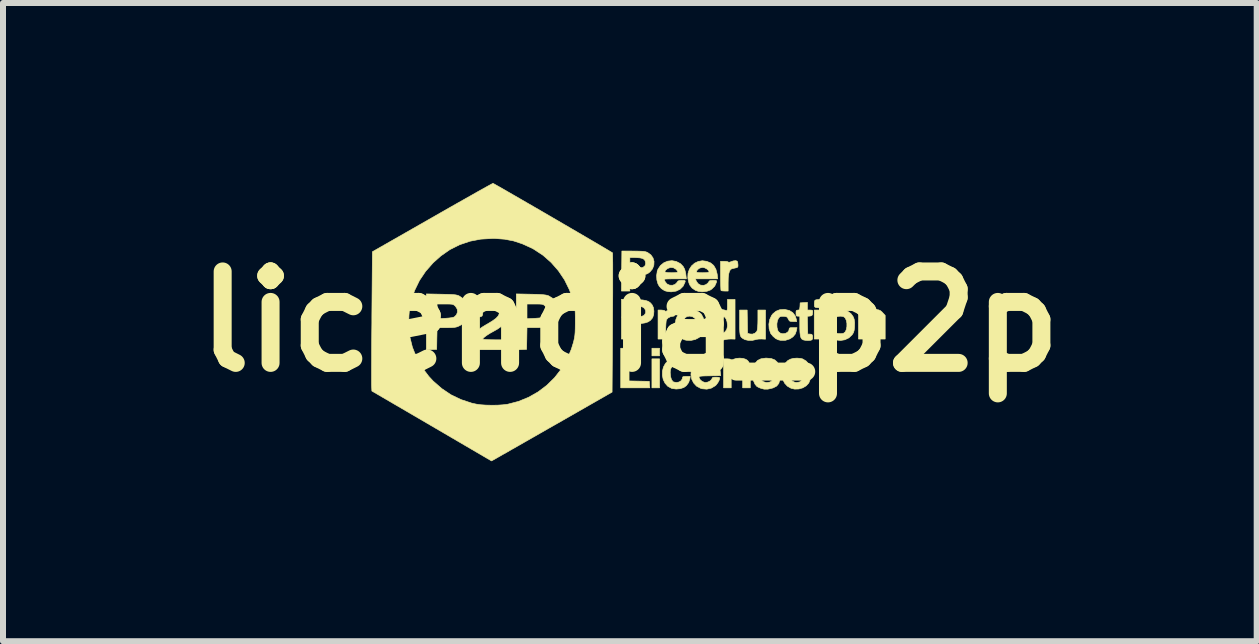
<source format=kicad_pcb>
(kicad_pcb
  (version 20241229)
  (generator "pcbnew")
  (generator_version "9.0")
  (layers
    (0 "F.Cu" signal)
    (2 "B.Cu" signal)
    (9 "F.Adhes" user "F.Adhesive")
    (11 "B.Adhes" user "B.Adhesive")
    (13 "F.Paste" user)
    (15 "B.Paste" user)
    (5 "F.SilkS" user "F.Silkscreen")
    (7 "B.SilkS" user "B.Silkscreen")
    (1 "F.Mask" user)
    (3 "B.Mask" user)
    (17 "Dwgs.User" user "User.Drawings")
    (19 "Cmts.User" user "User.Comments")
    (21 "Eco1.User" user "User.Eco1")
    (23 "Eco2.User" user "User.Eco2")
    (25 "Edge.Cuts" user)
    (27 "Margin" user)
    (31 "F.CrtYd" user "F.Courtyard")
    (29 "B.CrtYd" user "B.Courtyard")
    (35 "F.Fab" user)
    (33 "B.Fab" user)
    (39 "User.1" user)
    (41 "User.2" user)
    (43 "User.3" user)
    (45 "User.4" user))
  (footprint "licencia_p2p"
    (layer "F.Cu")
    (at 7.446 2.308)
    (property "Reference" "licencia_p2p" (at 0 0 0) (layer "F.SilkS") (effects (font (size 1.524 1.524) (thickness 0.3))))
    (attr through_hole)
    (fp_poly (pts (xy 0.495 0.572) (xy 0.368 0.572) (xy 0.368 0.445) (xy 0.495 0.445) (xy 0.495 0.572)) (stroke (width 0.01) (type solid)) (fill yes) (layer "F.SilkS"))
    (fp_poly (pts (xy 0.495 1.105) (xy 0.368 1.105) (xy 0.368 0.622) (xy 0.495 0.622) (xy 0.495 1.105)) (stroke (width 0.01) (type solid)) (fill yes) (layer "F.SilkS"))
    (fp_poly (pts (xy 3.2 0.292) (xy 3.073 0.292) (xy 3.073 -0.191) (xy 3.2 -0.191) (xy 3.2 0.292)) (stroke (width 0.01) (type solid)) (fill yes) (layer "F.SilkS"))
    (fp_poly (pts (xy -0.013 0.99) (xy 0.324 0.997) (xy 0.332 1.105) (xy -0.152 1.105) (xy -0.152 0.445) (xy -0.013 0.445) (xy -0.013 0.99)) (stroke (width 0.01) (type solid)) (fill yes) (layer "F.SilkS"))
    (fp_poly (pts (xy 3.2 -0.229) (xy 3.143 -0.229) (xy 3.1 -0.233) (xy 3.079 -0.245) (xy 3.079 -0.246) (xy 3.075 -0.27) (xy 3.075 -0.306) (xy 3.076 -0.313) (xy 3.079 -0.343) (xy 3.089 -0.357) (xy 3.11 -0.363) (xy 3.14 -0.366) (xy 3.2 -0.37) (xy 3.2 -0.229)) (stroke (width 0.01) (type solid)) (fill yes) (layer "F.SilkS"))
    (fp_poly (pts (xy 0.749 -0.146) (xy 0.747 -0.11) (xy 0.74 -0.093) (xy 0.726 -0.089) (xy 0.679 -0.081) (xy 0.638 -0.06) (xy 0.612 -0.032) (xy 0.611 -0.031) (xy 0.605 -0.005) (xy 0.601 0.04) (xy 0.598 0.098) (xy 0.597 0.147) (xy 0.597 0.292) (xy 0.47 0.292) (xy 0.47 -0.191) (xy 0.526 -0.191) (xy 0.562 -0.187) (xy 0.584 -0.179) (xy 0.587 -0.175) (xy 0.598 -0.169) (xy 0.622 -0.181) (xy 0.623 -0.182) (xy 0.656 -0.196) (xy 0.698 -0.203) (xy 0.701 -0.203) (xy 0.749 -0.203) (xy 0.749 -0.146)) (stroke (width 0.01) (type solid)) (fill yes) (layer "F.SilkS"))
    (fp_poly (pts (xy 1.962 0.195) (xy 1.998 0.207) (xy 2.043 0.21) (xy 2.086 0.194) (xy 2.117 0.163) (xy 2.119 0.157) (xy 2.125 0.132) (xy 2.13 0.086) (xy 2.133 0.026) (xy 2.134 -0.032) (xy 2.134 -0.191) (xy 2.261 -0.191) (xy 2.261 0.294) (xy 2.194 0.291) (xy 2.148 0.292) (xy 2.106 0.298) (xy 2.091 0.303) (xy 2.038 0.315) (xy 1.977 0.315) (xy 1.923 0.303) (xy 1.911 0.298) (xy 1.882 0.282) (xy 1.861 0.266) (xy 1.846 0.245) (xy 1.837 0.215) (xy 1.832 0.172) (xy 1.829 0.113) (xy 1.829 0.033) (xy 1.829 0.018) (xy 1.829 -0.191) (xy 1.955 -0.191) (xy 1.962 0.195)) (stroke (width 0.01) (type solid)) (fill yes) (layer "F.SilkS"))
    (fp_poly (pts (xy 1.762 -1.014) (xy 1.784 -1.008) (xy 1.796 -0.994) (xy 1.8 -0.962) (xy 1.801 -0.956) (xy 1.802 -0.922) (xy 1.795 -0.905) (xy 1.778 -0.897) (xy 1.772 -0.896) (xy 1.733 -0.887) (xy 1.707 -0.882) (xy 1.68 -0.869) (xy 1.661 -0.841) (xy 1.648 -0.796) (xy 1.64 -0.731) (xy 1.638 -0.648) (xy 1.638 -0.508) (xy 1.583 -0.508) (xy 1.548 -0.51) (xy 1.524 -0.514) (xy 1.52 -0.516) (xy 1.517 -0.531) (xy 1.515 -0.567) (xy 1.513 -0.621) (xy 1.512 -0.687) (xy 1.511 -0.762) (xy 1.511 -1.003) (xy 1.574 -1.003) (xy 1.611 -1.001) (xy 1.635 -0.995) (xy 1.641 -0.99) (xy 1.654 -0.986) (xy 1.684 -0.996) (xy 1.686 -0.997) (xy 1.724 -1.01) (xy 1.761 -1.014) (xy 1.762 -1.014)) (stroke (width 0.01) (type solid)) (fill yes) (layer "F.SilkS"))
    (fp_poly (pts (xy 4.101 -0.2) (xy 4.145 -0.194) (xy 4.176 -0.181) (xy 4.204 -0.157) (xy 4.212 -0.148) (xy 4.255 -0.102) (xy 4.255 0.292) (xy 4.128 0.292) (xy 4.128 0.115) (xy 4.127 0.044) (xy 4.126 -0.005) (xy 4.124 -0.038) (xy 4.12 -0.058) (xy 4.112 -0.071) (xy 4.101 -0.08) (xy 4.095 -0.084) (xy 4.053 -0.098) (xy 4.011 -0.09) (xy 3.974 -0.061) (xy 3.959 -0.038) (xy 3.949 -0.01) (xy 3.942 0.026) (xy 3.938 0.077) (xy 3.937 0.147) (xy 3.937 0.149) (xy 3.937 0.292) (xy 3.81 0.292) (xy 3.81 -0.191) (xy 3.873 -0.191) (xy 3.91 -0.188) (xy 3.933 -0.183) (xy 3.937 -0.178) (xy 3.947 -0.175) (xy 3.973 -0.182) (xy 3.984 -0.186) (xy 4.048 -0.201) (xy 4.101 -0.2)) (stroke (width 0.01) (type solid)) (fill yes) (layer "F.SilkS"))
    (fp_poly (pts (xy 1.888 0.615) (xy 1.931 0.629) (xy 1.958 0.646) (xy 1.977 0.667) (xy 1.991 0.697) (xy 2 0.739) (xy 2.005 0.798) (xy 2.006 0.876) (xy 2.007 0.914) (xy 2.007 1.105) (xy 1.88 1.105) (xy 1.88 0.928) (xy 1.879 0.849) (xy 1.876 0.791) (xy 1.869 0.752) (xy 1.858 0.728) (xy 1.841 0.716) (xy 1.817 0.711) (xy 1.808 0.711) (xy 1.766 0.717) (xy 1.734 0.737) (xy 1.711 0.774) (xy 1.697 0.828) (xy 1.69 0.904) (xy 1.689 0.965) (xy 1.689 1.105) (xy 1.562 1.105) (xy 1.562 0.622) (xy 1.626 0.622) (xy 1.662 0.625) (xy 1.685 0.631) (xy 1.689 0.635) (xy 1.699 0.639) (xy 1.723 0.631) (xy 1.727 0.629) (xy 1.773 0.615) (xy 1.831 0.61) (xy 1.888 0.615)) (stroke (width 0.01) (type solid)) (fill yes) (layer "F.SilkS"))
    (fp_poly (pts (xy 0.06 -0.366) (xy 0.149 -0.363) (xy 0.216 -0.359) (xy 0.266 -0.35) (xy 0.304 -0.337) (xy 0.334 -0.319) (xy 0.359 -0.293) (xy 0.373 -0.275) (xy 0.393 -0.231) (xy 0.401 -0.174) (xy 0.397 -0.116) (xy 0.381 -0.067) (xy 0.373 -0.055) (xy 0.341 -0.018) (xy 0.302 0.007) (xy 0.253 0.023) (xy 0.188 0.033) (xy 0.13 0.036) (xy 0 0.041) (xy 0 0.292) (xy -0.14 0.292) (xy -0.14 -0.254) (xy 0 -0.254) (xy 0 -0.074) (xy 0.107 -0.078) (xy 0.165 -0.082) (xy 0.204 -0.089) (xy 0.23 -0.099) (xy 0.24 -0.107) (xy 0.263 -0.142) (xy 0.264 -0.182) (xy 0.243 -0.219) (xy 0.233 -0.228) (xy 0.211 -0.242) (xy 0.182 -0.25) (xy 0.14 -0.253) (xy 0.1 -0.254) (xy 0 -0.254) (xy -0.14 -0.254) (xy -0.14 -0.371) (xy 0.06 -0.366)) (stroke (width 0.01) (type solid)) (fill yes) (layer "F.SilkS"))
    (fp_poly (pts (xy 0.057 -1.174) (xy 0.135 -1.173) (xy 0.193 -1.171) (xy 0.235 -1.168) (xy 0.265 -1.162) (xy 0.29 -1.153) (xy 0.296 -1.15) (xy 0.35 -1.111) (xy 0.386 -1.06) (xy 0.403 -1.001) (xy 0.4 -0.939) (xy 0.378 -0.879) (xy 0.335 -0.827) (xy 0.323 -0.818) (xy 0.3 -0.801) (xy 0.278 -0.791) (xy 0.25 -0.784) (xy 0.211 -0.78) (xy 0.154 -0.777) (xy 0.138 -0.777) (xy 0 -0.772) (xy 0 -0.508) (xy -0.14 -0.508) (xy -0.136 -0.889) (xy 0 -0.889) (xy 0.095 -0.889) (xy 0.146 -0.891) (xy 0.191 -0.896) (xy 0.221 -0.903) (xy 0.222 -0.904) (xy 0.253 -0.93) (xy 0.264 -0.968) (xy 0.255 -1.01) (xy 0.253 -1.015) (xy 0.235 -1.037) (xy 0.208 -1.052) (xy 0.168 -1.061) (xy 0.108 -1.065) (xy 0.086 -1.066) (xy 0 -1.067) (xy 0 -0.889) (xy -0.136 -0.889) (xy -0.133 -1.175) (xy 0.057 -1.174)) (stroke (width 0.01) (type solid)) (fill yes) (layer "F.SilkS"))
    (fp_poly (pts (xy 2.959 -0.191) (xy 3.004 -0.191) (xy 3.034 -0.189) (xy 3.046 -0.18) (xy 3.047 -0.155) (xy 3.046 -0.143) (xy 3.041 -0.111) (xy 3.028 -0.097) (xy 3.002 -0.091) (xy 3 -0.091) (xy 2.958 -0.087) (xy 2.965 0.21) (xy 3.004 0.21) (xy 3.03 0.213) (xy 3.042 0.227) (xy 3.046 0.253) (xy 3.044 0.288) (xy 3.033 0.306) (xy 3.006 0.314) (xy 2.965 0.316) (xy 2.922 0.313) (xy 2.886 0.305) (xy 2.886 0.304) (xy 2.865 0.291) (xy 2.851 0.27) (xy 2.841 0.235) (xy 2.835 0.184) (xy 2.832 0.114) (xy 2.832 0.069) (xy 2.832 -0.089) (xy 2.8 -0.089) (xy 2.78 -0.092) (xy 2.771 -0.105) (xy 2.769 -0.135) (xy 2.769 -0.14) (xy 2.77 -0.172) (xy 2.779 -0.187) (xy 2.798 -0.19) (xy 2.8 -0.191) (xy 2.819 -0.193) (xy 2.829 -0.205) (xy 2.833 -0.234) (xy 2.835 -0.251) (xy 2.838 -0.311) (xy 2.959 -0.319) (xy 2.959 -0.191)) (stroke (width 0.01) (type solid)) (fill yes) (layer "F.SilkS"))
    (fp_poly (pts (xy 1.091 -0.187) (xy 1.152 -0.157) (xy 1.192 -0.121) (xy 1.223 -0.062) (xy 1.24 0.009) (xy 1.242 0.085) (xy 1.229 0.157) (xy 1.202 0.215) (xy 1.154 0.266) (xy 1.091 0.299) (xy 1.018 0.315) (xy 0.94 0.312) (xy 0.908 0.304) (xy 0.848 0.274) (xy 0.801 0.224) (xy 0.771 0.157) (xy 0.757 0.075) (xy 0.757 0.057) (xy 0.759 0.03) (xy 0.886 0.03) (xy 0.887 0.087) (xy 0.899 0.138) (xy 0.923 0.177) (xy 0.928 0.181) (xy 0.97 0.2) (xy 1.018 0.2) (xy 1.062 0.183) (xy 1.085 0.161) (xy 1.105 0.117) (xy 1.113 0.062) (xy 1.108 0.007) (xy 1.092 -0.04) (xy 1.08 -0.057) (xy 1.043 -0.081) (xy 0.998 -0.09) (xy 0.954 -0.084) (xy 0.922 -0.064) (xy 0.898 -0.023) (xy 0.886 0.03) (xy 0.759 0.03) (xy 0.766 -0.03) (xy 0.794 -0.099) (xy 0.84 -0.152) (xy 0.88 -0.177) (xy 0.948 -0.198) (xy 1.021 -0.201) (xy 1.091 -0.187)) (stroke (width 0.01) (type solid)) (fill yes) (layer "F.SilkS"))
    (fp_poly (pts (xy -1.648 -0.455) (xy -1.557 -0.453) (xy -1.488 -0.45) (xy -1.437 -0.446) (xy -1.399 -0.441) (xy -1.371 -0.434) (xy -1.353 -0.428) (xy -1.282 -0.384) (xy -1.232 -0.326) (xy -1.203 -0.254) (xy -1.194 -0.175) (xy -1.198 -0.108) (xy -1.214 -0.055) (xy -1.244 -0.008) (xy -1.261 0.011) (xy -1.299 0.046) (xy -1.338 0.071) (xy -1.384 0.088) (xy -1.443 0.097) (xy -1.519 0.101) (xy -1.559 0.101) (xy -1.714 0.102) (xy -1.717 0.283) (xy -1.721 0.464) (xy -1.892 0.471) (xy -1.892 -0.292) (xy -1.714 -0.292) (xy -1.714 -0.047) (xy -1.584 -0.053) (xy -1.518 -0.058) (xy -1.466 -0.065) (xy -1.432 -0.074) (xy -1.426 -0.077) (xy -1.39 -0.113) (xy -1.374 -0.158) (xy -1.379 -0.207) (xy -1.405 -0.251) (xy -1.409 -0.255) (xy -1.426 -0.271) (xy -1.443 -0.282) (xy -1.465 -0.288) (xy -1.498 -0.291) (xy -1.547 -0.292) (xy -1.58 -0.292) (xy -1.714 -0.292) (xy -1.892 -0.292) (xy -1.892 -0.46) (xy -1.648 -0.455)) (stroke (width 0.01) (type solid)) (fill yes) (layer "F.SilkS"))
    (fp_poly (pts (xy -3.14 -0.455) (xy -3.053 -0.453) (xy -2.986 -0.451) (xy -2.938 -0.448) (xy -2.902 -0.444) (xy -2.875 -0.438) (xy -2.854 -0.431) (xy -2.837 -0.422) (xy -2.77 -0.375) (xy -2.724 -0.315) (xy -2.699 -0.241) (xy -2.694 -0.152) (xy -2.695 -0.146) (xy -2.71 -0.066) (xy -2.744 -0.002) (xy -2.799 0.048) (xy -2.836 0.069) (xy -2.866 0.083) (xy -2.894 0.092) (xy -2.927 0.098) (xy -2.97 0.101) (xy -3.031 0.102) (xy -3.056 0.102) (xy -3.212 0.102) (xy -3.216 0.283) (xy -3.219 0.464) (xy -3.391 0.471) (xy -3.391 -0.292) (xy -3.213 -0.292) (xy -3.213 -0.047) (xy -3.083 -0.053) (xy -3.017 -0.058) (xy -2.964 -0.065) (xy -2.931 -0.074) (xy -2.925 -0.077) (xy -2.889 -0.113) (xy -2.872 -0.158) (xy -2.877 -0.207) (xy -2.904 -0.251) (xy -2.907 -0.255) (xy -2.925 -0.271) (xy -2.942 -0.282) (xy -2.964 -0.288) (xy -2.997 -0.291) (xy -3.046 -0.292) (xy -3.079 -0.292) (xy -3.213 -0.292) (xy -3.391 -0.292) (xy -3.391 -0.46) (xy -3.14 -0.455)) (stroke (width 0.01) (type solid)) (fill yes) (layer "F.SilkS"))
    (fp_poly (pts (xy 3.556 -0.199) (xy 3.625 -0.175) (xy 3.684 -0.132) (xy 3.687 -0.128) (xy 3.719 -0.085) (xy 3.738 -0.039) (xy 3.746 0.018) (xy 3.744 0.093) (xy 3.744 0.094) (xy 3.738 0.147) (xy 3.726 0.186) (xy 3.704 0.221) (xy 3.703 0.222) (xy 3.65 0.272) (xy 3.583 0.304) (xy 3.51 0.316) (xy 3.435 0.307) (xy 3.397 0.294) (xy 3.336 0.254) (xy 3.294 0.2) (xy 3.271 0.129) (xy 3.265 0.059) (xy 3.392 0.059) (xy 3.398 0.111) (xy 3.412 0.156) (xy 3.433 0.187) (xy 3.445 0.195) (xy 3.476 0.201) (xy 3.517 0.202) (xy 3.553 0.198) (xy 3.562 0.195) (xy 3.59 0.172) (xy 3.608 0.132) (xy 3.617 0.082) (xy 3.617 0.029) (xy 3.607 -0.02) (xy 3.588 -0.06) (xy 3.562 -0.081) (xy 3.534 -0.087) (xy 3.505 -0.089) (xy 3.459 -0.084) (xy 3.429 -0.065) (xy 3.409 -0.037) (xy 3.395 0.007) (xy 3.392 0.059) (xy 3.265 0.059) (xy 3.264 0.051) (xy 3.273 -0.033) (xy 3.302 -0.1) (xy 3.349 -0.151) (xy 3.407 -0.184) (xy 3.481 -0.202) (xy 3.556 -0.199)) (stroke (width 0.01) (type solid)) (fill yes) (layer "F.SilkS"))
    (fp_poly (pts (xy 1.753 0.293) (xy 1.686 0.291) (xy 1.64 0.293) (xy 1.598 0.299) (xy 1.583 0.303) (xy 1.519 0.316) (xy 1.449 0.309) (xy 1.403 0.294) (xy 1.343 0.254) (xy 1.301 0.2) (xy 1.277 0.129) (xy 1.271 0.057) (xy 1.403 0.057) (xy 1.405 0.105) (xy 1.411 0.137) (xy 1.425 0.16) (xy 1.434 0.17) (xy 1.476 0.199) (xy 1.522 0.204) (xy 1.567 0.187) (xy 1.593 0.164) (xy 1.615 0.13) (xy 1.624 0.091) (xy 1.626 0.062) (xy 1.62 0.005) (xy 1.604 -0.043) (xy 1.58 -0.074) (xy 1.568 -0.081) (xy 1.516 -0.09) (xy 1.466 -0.079) (xy 1.434 -0.056) (xy 1.416 -0.033) (xy 1.407 -0.006) (xy 1.404 0.034) (xy 1.403 0.057) (xy 1.271 0.057) (xy 1.27 0.051) (xy 1.28 -0.032) (xy 1.309 -0.101) (xy 1.355 -0.154) (xy 1.414 -0.188) (xy 1.485 -0.202) (xy 1.534 -0.2) (xy 1.572 -0.193) (xy 1.601 -0.185) (xy 1.603 -0.184) (xy 1.615 -0.182) (xy 1.621 -0.19) (xy 1.625 -0.213) (xy 1.626 -0.255) (xy 1.626 -0.272) (xy 1.626 -0.368) (xy 1.753 -0.368) (xy 1.753 0.293)) (stroke (width 0.01) (type solid)) (fill yes) (layer "F.SilkS"))
    (fp_poly (pts (xy 2.586 -0.2) (xy 2.658 -0.184) (xy 2.715 -0.148) (xy 2.755 -0.096) (xy 2.773 -0.041) (xy 2.781 0) (xy 2.72 0) (xy 2.682 -0.002) (xy 2.661 -0.009) (xy 2.647 -0.028) (xy 2.641 -0.041) (xy 2.626 -0.067) (xy 2.608 -0.08) (xy 2.575 -0.086) (xy 2.564 -0.086) (xy 2.525 -0.087) (xy 2.5 -0.079) (xy 2.48 -0.059) (xy 2.478 -0.056) (xy 2.459 -0.015) (xy 2.45 0.039) (xy 2.452 0.096) (xy 2.464 0.146) (xy 2.477 0.17) (xy 2.51 0.195) (xy 2.55 0.204) (xy 2.592 0.198) (xy 2.627 0.18) (xy 2.65 0.151) (xy 2.654 0.127) (xy 2.658 0.112) (xy 2.671 0.104) (xy 2.702 0.102) (xy 2.719 0.102) (xy 2.785 0.102) (xy 2.777 0.149) (xy 2.757 0.208) (xy 2.718 0.255) (xy 2.667 0.289) (xy 2.593 0.313) (xy 2.514 0.314) (xy 2.471 0.304) (xy 2.429 0.283) (xy 2.386 0.246) (xy 2.351 0.204) (xy 2.344 0.191) (xy 2.321 0.12) (xy 2.317 0.043) (xy 2.331 -0.034) (xy 2.363 -0.102) (xy 2.383 -0.128) (xy 2.436 -0.172) (xy 2.496 -0.196) (xy 2.57 -0.201) (xy 2.586 -0.2)) (stroke (width 0.01) (type solid)) (fill yes) (layer "F.SilkS"))
    (fp_poly (pts (xy 0.845 0.617) (xy 0.899 0.634) (xy 0.902 0.635) (xy 0.949 0.669) (xy 0.98 0.718) (xy 0.996 0.772) (xy 1.005 0.813) (xy 0.941 0.813) (xy 0.901 0.811) (xy 0.881 0.804) (xy 0.876 0.793) (xy 0.866 0.766) (xy 0.84 0.738) (xy 0.807 0.718) (xy 0.781 0.711) (xy 0.747 0.721) (xy 0.711 0.748) (xy 0.71 0.748) (xy 0.688 0.774) (xy 0.677 0.801) (xy 0.673 0.838) (xy 0.673 0.857) (xy 0.679 0.919) (xy 0.694 0.968) (xy 0.718 1.001) (xy 0.731 1.008) (xy 0.777 1.016) (xy 0.82 1.008) (xy 0.855 0.986) (xy 0.874 0.955) (xy 0.876 0.94) (xy 0.88 0.925) (xy 0.893 0.917) (xy 0.924 0.915) (xy 0.941 0.914) (xy 1.007 0.914) (xy 0.999 0.959) (xy 0.979 1.018) (xy 0.941 1.069) (xy 0.9 1.099) (xy 0.84 1.119) (xy 0.771 1.125) (xy 0.706 1.116) (xy 0.692 1.112) (xy 0.631 1.078) (xy 0.586 1.027) (xy 0.556 0.966) (xy 0.542 0.897) (xy 0.543 0.827) (xy 0.56 0.759) (xy 0.594 0.697) (xy 0.643 0.647) (xy 0.674 0.628) (xy 0.723 0.614) (xy 0.783 0.61) (xy 0.845 0.617)) (stroke (width 0.01) (type solid)) (fill yes) (layer "F.SilkS"))
    (fp_poly (pts (xy 1.281 -1.003) (xy 1.347 -0.976) (xy 1.398 -0.933) (xy 1.434 -0.871) (xy 1.455 -0.791) (xy 1.456 -0.783) (xy 1.464 -0.711) (xy 1.092 -0.711) (xy 1.109 -0.67) (xy 1.138 -0.63) (xy 1.18 -0.606) (xy 1.23 -0.603) (xy 1.263 -0.613) (xy 1.294 -0.634) (xy 1.313 -0.657) (xy 1.314 -0.66) (xy 1.324 -0.676) (xy 1.343 -0.683) (xy 1.38 -0.686) (xy 1.387 -0.686) (xy 1.424 -0.685) (xy 1.442 -0.681) (xy 1.446 -0.669) (xy 1.442 -0.651) (xy 1.415 -0.591) (xy 1.365 -0.541) (xy 1.339 -0.524) (xy 1.281 -0.503) (xy 1.212 -0.495) (xy 1.144 -0.502) (xy 1.092 -0.52) (xy 1.037 -0.558) (xy 1 -0.606) (xy 0.984 -0.644) (xy 0.966 -0.725) (xy 0.969 -0.801) (xy 0.978 -0.829) (xy 1.108 -0.829) (xy 1.12 -0.819) (xy 1.154 -0.814) (xy 1.21 -0.813) (xy 1.213 -0.813) (xy 1.268 -0.814) (xy 1.305 -0.819) (xy 1.321 -0.825) (xy 1.321 -0.826) (xy 1.31 -0.852) (xy 1.282 -0.877) (xy 1.246 -0.895) (xy 1.213 -0.902) (xy 1.164 -0.891) (xy 1.136 -0.871) (xy 1.114 -0.845) (xy 1.108 -0.829) (xy 0.978 -0.829) (xy 0.991 -0.869) (xy 1.028 -0.927) (xy 1.079 -0.972) (xy 1.14 -1.001) (xy 1.208 -1.013) (xy 1.281 -1.003)) (stroke (width 0.01) (type solid)) (fill yes) (layer "F.SilkS"))
    (fp_poly (pts (xy -2.255 -0.423) (xy -2.183 -0.406) (xy -2.152 -0.393) (xy -2.085 -0.346) (xy -2.039 -0.287) (xy -2.014 -0.212) (xy -2.009 -0.173) (xy -2.012 -0.103) (xy -2.031 -0.041) (xy -2.069 0.016) (xy -2.127 0.071) (xy -2.206 0.126) (xy -2.264 0.159) (xy -2.336 0.199) (xy -2.393 0.236) (xy -2.431 0.266) (xy -2.45 0.288) (xy -2.451 0.293) (xy -2.439 0.297) (xy -2.405 0.3) (xy -2.354 0.303) (xy -2.288 0.304) (xy -2.229 0.305) (xy -2.007 0.305) (xy -2.007 0.47) (xy -2.654 0.47) (xy -2.646 0.41) (xy -2.634 0.334) (xy -2.617 0.275) (xy -2.593 0.225) (xy -2.581 0.206) (xy -2.557 0.173) (xy -2.53 0.145) (xy -2.496 0.117) (xy -2.45 0.086) (xy -2.387 0.048) (xy -2.365 0.036) (xy -2.287 -0.012) (xy -2.231 -0.053) (xy -2.195 -0.091) (xy -2.177 -0.128) (xy -2.176 -0.166) (xy -2.184 -0.195) (xy -2.207 -0.228) (xy -2.245 -0.258) (xy -2.288 -0.276) (xy -2.309 -0.279) (xy -2.365 -0.268) (xy -2.41 -0.239) (xy -2.441 -0.196) (xy -2.451 -0.146) (xy -2.454 -0.111) (xy -2.465 -0.09) (xy -2.49 -0.079) (xy -2.533 -0.076) (xy -2.548 -0.076) (xy -2.629 -0.076) (xy -2.629 -0.121) (xy -2.618 -0.21) (xy -2.586 -0.288) (xy -2.534 -0.352) (xy -2.472 -0.397) (xy -2.409 -0.418) (xy -2.334 -0.427) (xy -2.255 -0.423)) (stroke (width 0.01) (type solid)) (fill yes) (layer "F.SilkS"))
    (fp_poly (pts (xy 2.845 0.615) (xy 2.879 0.623) (xy 2.939 0.659) (xy 2.985 0.713) (xy 3.013 0.781) (xy 3.023 0.854) (xy 3.023 0.902) (xy 2.845 0.902) (xy 2.774 0.902) (xy 2.726 0.903) (xy 2.694 0.905) (xy 2.677 0.909) (xy 2.669 0.916) (xy 2.667 0.925) (xy 2.667 0.928) (xy 2.679 0.963) (xy 2.708 0.993) (xy 2.749 1.012) (xy 2.778 1.016) (xy 2.828 1.008) (xy 2.863 0.983) (xy 2.881 0.956) (xy 2.896 0.937) (xy 2.921 0.929) (xy 2.955 0.927) (xy 3.013 0.927) (xy 3.005 0.966) (xy 2.982 1.024) (xy 2.939 1.071) (xy 2.882 1.105) (xy 2.816 1.124) (xy 2.746 1.126) (xy 2.686 1.112) (xy 2.625 1.077) (xy 2.579 1.027) (xy 2.549 0.965) (xy 2.534 0.897) (xy 2.535 0.827) (xy 2.542 0.799) (xy 2.667 0.799) (xy 2.679 0.806) (xy 2.715 0.811) (xy 2.771 0.813) (xy 2.775 0.813) (xy 2.828 0.812) (xy 2.86 0.81) (xy 2.876 0.805) (xy 2.882 0.795) (xy 2.883 0.789) (xy 2.871 0.758) (xy 2.84 0.732) (xy 2.794 0.716) (xy 2.79 0.715) (xy 2.757 0.714) (xy 2.732 0.724) (xy 2.706 0.747) (xy 2.682 0.774) (xy 2.668 0.795) (xy 2.667 0.799) (xy 2.542 0.799) (xy 2.552 0.76) (xy 2.584 0.7) (xy 2.632 0.651) (xy 2.676 0.627) (xy 2.725 0.614) (xy 2.786 0.61) (xy 2.845 0.615)) (stroke (width 0.01) (type solid)) (fill yes) (layer "F.SilkS"))
    (fp_poly (pts (xy 0.773 -1.001) (xy 0.839 -0.967) (xy 0.851 -0.957) (xy 0.889 -0.917) (xy 0.914 -0.871) (xy 0.929 -0.811) (xy 0.933 -0.784) (xy 0.942 -0.711) (xy 0.757 -0.711) (xy 0.691 -0.711) (xy 0.636 -0.71) (xy 0.595 -0.708) (xy 0.574 -0.705) (xy 0.572 -0.704) (xy 0.577 -0.689) (xy 0.59 -0.662) (xy 0.59 -0.661) (xy 0.621 -0.625) (xy 0.663 -0.606) (xy 0.709 -0.604) (xy 0.752 -0.618) (xy 0.785 -0.65) (xy 0.788 -0.655) (xy 0.802 -0.674) (xy 0.823 -0.683) (xy 0.86 -0.686) (xy 0.867 -0.686) (xy 0.903 -0.685) (xy 0.92 -0.68) (xy 0.923 -0.669) (xy 0.92 -0.657) (xy 0.888 -0.589) (xy 0.838 -0.539) (xy 0.772 -0.507) (xy 0.692 -0.495) (xy 0.686 -0.495) (xy 0.638 -0.499) (xy 0.595 -0.509) (xy 0.578 -0.515) (xy 0.525 -0.549) (xy 0.489 -0.59) (xy 0.468 -0.629) (xy 0.45 -0.693) (xy 0.446 -0.767) (xy 0.456 -0.832) (xy 0.583 -0.832) (xy 0.597 -0.821) (xy 0.634 -0.815) (xy 0.692 -0.813) (xy 0.748 -0.814) (xy 0.785 -0.819) (xy 0.8 -0.825) (xy 0.8 -0.826) (xy 0.792 -0.843) (xy 0.772 -0.868) (xy 0.769 -0.871) (xy 0.727 -0.896) (xy 0.678 -0.901) (xy 0.63 -0.884) (xy 0.618 -0.875) (xy 0.59 -0.85) (xy 0.583 -0.832) (xy 0.456 -0.832) (xy 0.457 -0.838) (xy 0.468 -0.87) (xy 0.51 -0.933) (xy 0.566 -0.979) (xy 0.631 -1.006) (xy 0.702 -1.014) (xy 0.773 -1.001)) (stroke (width 0.01) (type solid)) (fill yes) (layer "F.SilkS"))
    (fp_poly (pts (xy 1.278 0.612) (xy 1.33 0.616) (xy 1.367 0.624) (xy 1.396 0.639) (xy 1.414 0.652) (xy 1.458 0.694) (xy 1.487 0.743) (xy 1.503 0.807) (xy 1.506 0.83) (xy 1.515 0.901) (xy 1.332 0.905) (xy 1.261 0.906) (xy 1.211 0.908) (xy 1.179 0.911) (xy 1.161 0.915) (xy 1.154 0.921) (xy 1.153 0.93) (xy 1.153 0.933) (xy 1.17 0.968) (xy 1.203 0.997) (xy 1.244 1.014) (xy 1.263 1.016) (xy 1.3 1.009) (xy 1.336 0.991) (xy 1.362 0.967) (xy 1.372 0.945) (xy 1.379 0.934) (xy 1.406 0.928) (xy 1.435 0.927) (xy 1.472 0.929) (xy 1.494 0.936) (xy 1.499 0.94) (xy 1.49 0.975) (xy 1.468 1.017) (xy 1.439 1.056) (xy 1.424 1.07) (xy 1.357 1.11) (xy 1.283 1.127) (xy 1.204 1.12) (xy 1.175 1.111) (xy 1.111 1.076) (xy 1.063 1.024) (xy 1.031 0.96) (xy 1.018 0.887) (xy 1.024 0.81) (xy 1.028 0.799) (xy 1.156 0.799) (xy 1.168 0.806) (xy 1.203 0.811) (xy 1.258 0.813) (xy 1.264 0.813) (xy 1.318 0.812) (xy 1.351 0.809) (xy 1.367 0.803) (xy 1.372 0.794) (xy 1.361 0.767) (xy 1.334 0.74) (xy 1.3 0.72) (xy 1.289 0.716) (xy 1.247 0.716) (xy 1.206 0.731) (xy 1.173 0.758) (xy 1.156 0.791) (xy 1.156 0.799) (xy 1.028 0.799) (xy 1.051 0.736) (xy 1.089 0.676) (xy 1.134 0.638) (xy 1.19 0.617) (xy 1.264 0.612) (xy 1.278 0.612)) (stroke (width 0.01) (type solid)) (fill yes) (layer "F.SilkS"))
    (fp_poly (pts (xy 2.357 0.617) (xy 2.416 0.64) (xy 2.456 0.676) (xy 2.475 0.725) (xy 2.477 0.746) (xy 2.475 0.77) (xy 2.468 0.783) (xy 2.447 0.787) (xy 2.413 0.787) (xy 2.375 0.786) (xy 2.356 0.78) (xy 2.35 0.768) (xy 2.349 0.762) (xy 2.338 0.735) (xy 2.31 0.719) (xy 2.27 0.715) (xy 2.245 0.719) (xy 2.211 0.735) (xy 2.201 0.755) (xy 2.215 0.776) (xy 2.25 0.794) (xy 2.261 0.797) (xy 2.309 0.811) (xy 2.363 0.827) (xy 2.384 0.833) (xy 2.444 0.858) (xy 2.482 0.892) (xy 2.499 0.938) (xy 2.498 0.976) (xy 2.482 1.032) (xy 2.447 1.075) (xy 2.39 1.105) (xy 2.37 1.111) (xy 2.299 1.127) (xy 2.238 1.127) (xy 2.181 1.112) (xy 2.145 1.097) (xy 2.117 1.081) (xy 2.114 1.079) (xy 2.085 1.043) (xy 2.064 0.997) (xy 2.057 0.959) (xy 2.059 0.94) (xy 2.07 0.931) (xy 2.095 0.927) (xy 2.121 0.927) (xy 2.159 0.928) (xy 2.178 0.934) (xy 2.184 0.947) (xy 2.184 0.952) (xy 2.196 0.981) (xy 2.226 1.003) (xy 2.269 1.015) (xy 2.286 1.016) (xy 2.329 1.01) (xy 2.359 0.995) (xy 2.372 0.974) (xy 2.368 0.954) (xy 2.343 0.937) (xy 2.328 0.933) (xy 2.236 0.91) (xy 2.167 0.887) (xy 2.119 0.861) (xy 2.088 0.831) (xy 2.074 0.795) (xy 2.074 0.752) (xy 2.091 0.693) (xy 2.128 0.649) (xy 2.185 0.621) (xy 2.261 0.61) (xy 2.28 0.61) (xy 2.357 0.617)) (stroke (width 0.01) (type solid)) (fill yes) (layer "F.SilkS"))
    (fp_poly (pts (xy -2.268 -2.296) (xy -2.236 -2.278) (xy -2.186 -2.25) (xy -2.119 -2.212) (xy -2.038 -2.165) (xy -1.944 -2.111) (xy -1.84 -2.051) (xy -1.728 -1.986) (xy -1.608 -1.917) (xy -1.484 -1.845) (xy -1.357 -1.771) (xy -1.228 -1.696) (xy -1.101 -1.622) (xy -0.976 -1.549) (xy -0.856 -1.479) (xy -0.743 -1.413) (xy -0.637 -1.351) (xy -0.543 -1.296) (xy -0.46 -1.247) (xy -0.391 -1.206) (xy -0.339 -1.175) (xy -0.304 -1.154) (xy -0.289 -1.145) (xy -0.289 -1.145) (xy -0.288 -1.131) (xy -0.287 -1.094) (xy -0.286 -1.034) (xy -0.285 -0.955) (xy -0.285 -0.858) (xy -0.285 -0.744) (xy -0.285 -0.616) (xy -0.285 -0.475) (xy -0.286 -0.323) (xy -0.287 -0.162) (xy -0.288 0.007) (xy -0.288 0.02) (xy -0.296 1.176) (xy -1.217 1.703) (xy -1.36 1.784) (xy -1.498 1.863) (xy -1.629 1.938) (xy -1.752 2.008) (xy -1.865 2.073) (xy -1.966 2.13) (xy -2.052 2.18) (xy -2.124 2.22) (xy -2.177 2.251) (xy -2.212 2.27) (xy -2.221 2.276) (xy -2.305 2.323) (xy -3.302 1.74) (xy -4.299 1.158) (xy -4.303 1.078) (xy -4.304 1.053) (xy -4.304 1.004) (xy -4.304 0.935) (xy -4.304 0.846) (xy -4.304 0.74) (xy -4.303 0.618) (xy -4.303 0.484) (xy -4.302 0.338) (xy -4.301 0.183) (xy -4.299 0.021) (xy -4.299 -0.003) (xy -3.684 -0.003) (xy -3.683 0.093) (xy -3.678 0.18) (xy -3.67 0.242) (xy -3.624 0.427) (xy -3.555 0.601) (xy -3.464 0.764) (xy -3.35 0.914) (xy -3.278 0.992) (xy -3.135 1.117) (xy -2.98 1.221) (xy -2.813 1.301) (xy -2.635 1.36) (xy -2.557 1.377) (xy -2.487 1.387) (xy -2.4 1.393) (xy -2.303 1.395) (xy -2.206 1.394) (xy -2.116 1.388) (xy -2.042 1.379) (xy -2.035 1.378) (xy -1.855 1.331) (xy -1.686 1.262) (xy -1.528 1.172) (xy -1.384 1.063) (xy -1.255 0.936) (xy -1.143 0.793) (xy -1.049 0.635) (xy -0.976 0.464) (xy -0.943 0.358) (xy -0.931 0.311) (xy -0.922 0.268) (xy -0.916 0.226) (xy -0.912 0.178) (xy -0.91 0.117) (xy -0.909 0.04) (xy -0.909 0.006) (xy -0.909 -0.078) (xy -0.91 -0.142) (xy -0.913 -0.193) (xy -0.917 -0.235) (xy -0.925 -0.275) (xy -0.935 -0.318) (xy -0.943 -0.348) (xy -1.006 -0.527) (xy -1.088 -0.694) (xy -1.191 -0.847) (xy -1.311 -0.984) (xy -1.447 -1.104) (xy -1.599 -1.204) (xy -1.642 -1.227) (xy -1.792 -1.295) (xy -1.937 -1.343) (xy -2.087 -1.372) (xy -2.247 -1.384) (xy -2.292 -1.384) (xy -2.484 -1.373) (xy -2.665 -1.338) (xy -2.836 -1.28) (xy -2.998 -1.199) (xy -3.149 -1.094) (xy -3.278 -0.979) (xy -3.403 -0.837) (xy -3.506 -0.684) (xy -3.587 -0.517) (xy -3.646 -0.338) (xy -3.664 -0.26) (xy -3.674 -0.188) (xy -3.681 -0.099) (xy -3.684 -0.003) (xy -4.299 -0.003) (xy -4.299 -0.083) (xy -4.29 -1.163) (xy -3.292 -1.733) (xy -3.145 -1.817) (xy -3.005 -1.897) (xy -2.873 -1.972) (xy -2.749 -2.042) (xy -2.637 -2.105) (xy -2.537 -2.162) (xy -2.451 -2.21) (xy -2.381 -2.249) (xy -2.328 -2.278) (xy -2.294 -2.296) (xy -2.281 -2.303) (xy -2.281 -2.303) (xy -2.268 -2.296)) (stroke (width 0.01) (type solid)) (fill yes) (layer "F.SilkS")))
  (gr_rect
    (start -3 -3)
    (end 17.892 7.635)
    (stroke (width 0.1) (type default))
    (fill no)
    (layer "Edge.Cuts")))
</source>
